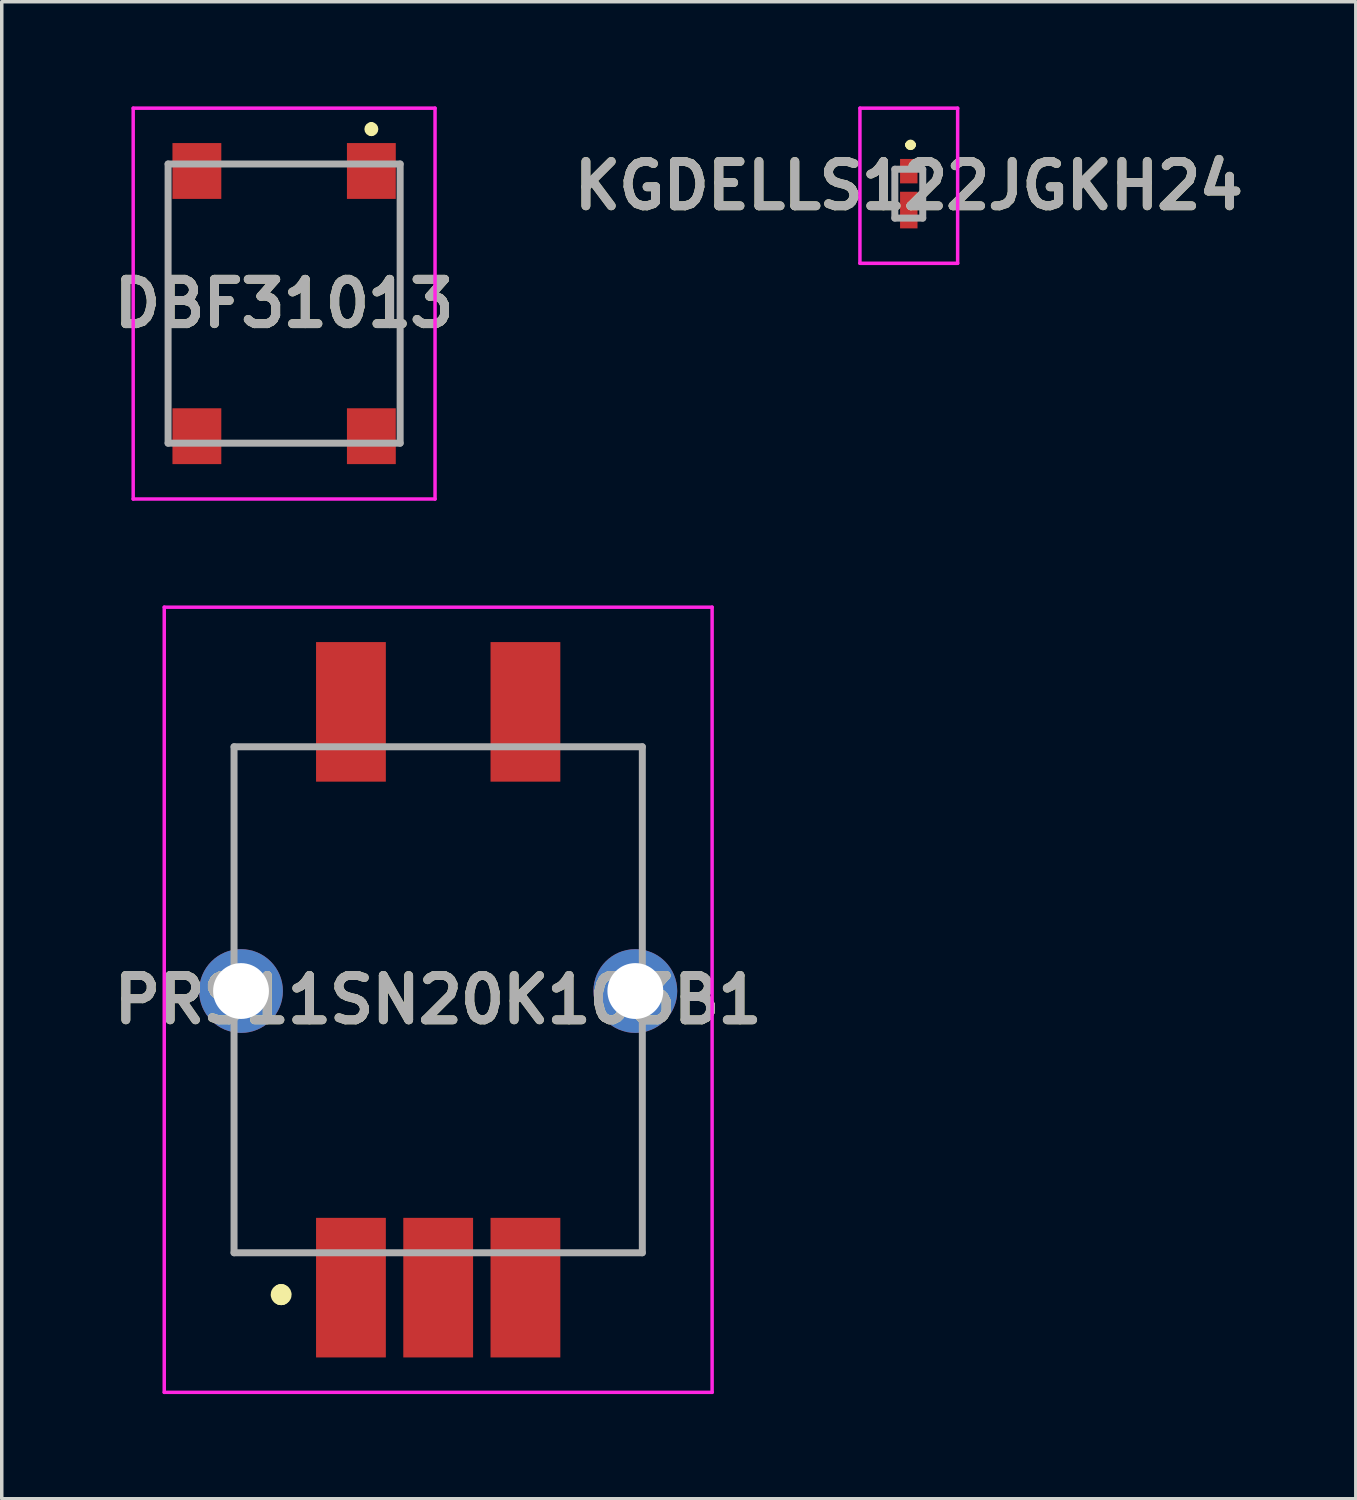
<source format=kicad_pcb>
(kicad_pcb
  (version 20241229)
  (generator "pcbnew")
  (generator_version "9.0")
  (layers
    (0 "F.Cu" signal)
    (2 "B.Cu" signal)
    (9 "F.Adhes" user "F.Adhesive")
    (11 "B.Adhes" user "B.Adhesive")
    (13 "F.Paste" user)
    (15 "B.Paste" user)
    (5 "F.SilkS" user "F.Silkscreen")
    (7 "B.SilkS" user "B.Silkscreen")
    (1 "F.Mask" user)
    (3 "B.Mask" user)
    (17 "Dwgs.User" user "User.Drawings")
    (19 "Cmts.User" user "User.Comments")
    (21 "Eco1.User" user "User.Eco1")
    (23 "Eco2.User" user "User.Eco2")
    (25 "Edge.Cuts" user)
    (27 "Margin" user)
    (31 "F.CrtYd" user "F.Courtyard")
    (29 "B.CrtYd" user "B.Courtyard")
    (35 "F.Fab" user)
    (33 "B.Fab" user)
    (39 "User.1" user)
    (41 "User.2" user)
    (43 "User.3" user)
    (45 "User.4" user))
  (footprint "DBF31013"
    (layer "F.Cu")
    (at 5.092 5.65)
    (property "Reference" "DBF31013" (at 0 0 0) (layer "F.SilkS") (effects (font (size 1.27 1.27) (thickness 0.254))))
    (attr smd)
    (fp_line (start -3.325 2.5) (end -3.325 -2.5) (stroke (width 0.1) (type solid)) (layer "F.SilkS"))
    (fp_line (start -1.5 -4) (end 1.5 -4) (stroke (width 0.1) (type solid)) (layer "F.SilkS"))
    (fp_line (start -1.5 4) (end 1.5 4) (stroke (width 0.1) (type solid)) (layer "F.SilkS"))
    (fp_line (start 2.5 -5.1) (end 2.5 -5.1) (stroke (width 0.2) (type solid)) (layer "F.SilkS"))
    (fp_line (start 2.5 -4.9) (end 2.5 -4.9) (stroke (width 0.2) (type solid)) (layer "F.SilkS"))
    (fp_line (start 3.325 2.5) (end 3.325 -2.5) (stroke (width 0.1) (type solid)) (layer "F.SilkS"))
    (fp_arc (start 2.5 -5.1) (mid 2.6 -5) (end 2.5 -4.9) (stroke (width 0.2) (type solid)) (layer "F.SilkS"))
    (fp_arc (start 2.5 -4.9) (mid 2.4 -5) (end 2.5 -5.1) (stroke (width 0.2) (type solid)) (layer "F.SilkS"))
    (fp_line (start -4.325 -5.6) (end 4.325 -5.6) (stroke (width 0.1) (type solid)) (layer "F.CrtYd"))
    (fp_line (start -4.325 5.6) (end -4.325 -5.6) (stroke (width 0.1) (type solid)) (layer "F.CrtYd"))
    (fp_line (start 4.325 -5.6) (end 4.325 5.6) (stroke (width 0.1) (type solid)) (layer "F.CrtYd"))
    (fp_line (start 4.325 5.6) (end -4.325 5.6) (stroke (width 0.1) (type solid)) (layer "F.CrtYd"))
    (fp_line (start -3.325 -4) (end 3.325 -4) (stroke (width 0.2) (type solid)) (layer "F.Fab"))
    (fp_line (start -3.325 4) (end -3.325 -4) (stroke (width 0.2) (type solid)) (layer "F.Fab"))
    (fp_line (start 3.325 -4) (end 3.325 4) (stroke (width 0.2) (type solid)) (layer "F.Fab"))
    (fp_line (start 3.325 4) (end -3.325 4) (stroke (width 0.2) (type solid)) (layer "F.Fab"))
    (fp_text user "${REFERENCE}" (at 0 0 0) (layer "F.Fab") (effects (font (size 1.27 1.27) (thickness 0.254))))
    (pad "1" smd rect (at 2.5 -3.8) (size 1.4 1.6) (layers "F.Cu" "F.Mask" "F.Paste"))
    (pad "2" smd rect (at 2.5 3.8) (size 1.4 1.6) (layers "F.Cu" "F.Mask" "F.Paste"))
    (pad "3" smd rect (at -2.5 3.8) (size 1.4 1.6) (layers "F.Cu" "F.Mask" "F.Paste"))
    (pad "4" smd rect (at -2.5 -3.8) (size 1.4 1.6) (layers "F.Cu" "F.Mask" "F.Paste")))
  (footprint "PRS11SN20K103B1"
    (layer "F.Cu")
    (at 9.507 25.6)
    (property "Reference" "PRS11SN20K103B1" (at 0 0 0) (layer "F.SilkS") (effects (font (size 1.27 1.27) (thickness 0.254))))
    (attr through_hole)
    (fp_line (start -5.85 -7.25) (end -5.85 -1.75) (stroke (width 0.1) (type solid)) (layer "F.SilkS"))
    (fp_line (start -5.85 1.25) (end -5.85 7.25) (stroke (width 0.1) (type solid)) (layer "F.SilkS"))
    (fp_line (start -5.85 7.25) (end -3.85 7.25) (stroke (width 0.1) (type solid)) (layer "F.SilkS"))
    (fp_line (start -4.5 8.4) (end -4.5 8.4) (stroke (width 0.5) (type solid)) (layer "F.SilkS"))
    (fp_line (start -4.5 8.5) (end -4.5 8.5) (stroke (width 0.5) (type solid)) (layer "F.SilkS"))
    (fp_line (start -3.85 -7.25) (end -5.85 -7.25) (stroke (width 0.1) (type solid)) (layer "F.SilkS"))
    (fp_line (start -0.85 -7.25) (end 1.15 -7.25) (stroke (width 0.1) (type solid)) (layer "F.SilkS"))
    (fp_line (start 4.15 -7.25) (end 5.65 -7.25) (stroke (width 0.1) (type solid)) (layer "F.SilkS"))
    (fp_line (start 5.65 -7.25) (end 5.85 -7.25) (stroke (width 0.1) (type solid)) (layer "F.SilkS"))
    (fp_line (start 5.85 -7.25) (end 5.85 -1.75) (stroke (width 0.1) (type solid)) (layer "F.SilkS"))
    (fp_line (start 5.85 1.25) (end 5.85 7.25) (stroke (width 0.1) (type solid)) (layer "F.SilkS"))
    (fp_line (start 5.85 7.25) (end 4.15 7.25) (stroke (width 0.1) (type solid)) (layer "F.SilkS"))
    (fp_arc (start -4.5 8.4) (mid -4.45 8.45) (end -4.5 8.5) (stroke (width 0.5) (type solid)) (layer "F.SilkS"))
    (fp_arc (start -4.5 8.5) (mid -4.55 8.45) (end -4.5 8.4) (stroke (width 0.5) (type solid)) (layer "F.SilkS"))
    (fp_line (start -7.85 -11.25) (end 7.85 -11.25) (stroke (width 0.1) (type solid)) (layer "F.CrtYd"))
    (fp_line (start -7.85 11.25) (end -7.85 -11.25) (stroke (width 0.1) (type solid)) (layer "F.CrtYd"))
    (fp_line (start 7.85 -11.25) (end 7.85 11.25) (stroke (width 0.1) (type solid)) (layer "F.CrtYd"))
    (fp_line (start 7.85 11.25) (end -7.85 11.25) (stroke (width 0.1) (type solid)) (layer "F.CrtYd"))
    (fp_line (start -5.85 -7.25) (end 5.85 -7.25) (stroke (width 0.2) (type solid)) (layer "F.Fab"))
    (fp_line (start -5.85 7.25) (end -5.85 -7.25) (stroke (width 0.2) (type solid)) (layer "F.Fab"))
    (fp_line (start 5.85 -7.25) (end 5.85 7.25) (stroke (width 0.2) (type solid)) (layer "F.Fab"))
    (fp_line (start 5.85 7.25) (end -5.85 7.25) (stroke (width 0.2) (type solid)) (layer "F.Fab"))
    (fp_text user "${REFERENCE}" (at 0 0 0) (layer "F.Fab") (effects (font (size 1.27 1.27) (thickness 0.254))))
    (pad "1" smd rect (at -2.5 8.25) (size 2 4) (layers "F.Cu" "F.Mask" "F.Paste"))
    (pad "2" smd rect (at 0 8.25) (size 2 4) (layers "F.Cu" "F.Mask" "F.Paste"))
    (pad "3" smd rect (at 2.5 8.25) (size 2 4) (layers "F.Cu" "F.Mask" "F.Paste"))
    (pad "4" smd rect (at -2.5 -8.25) (size 2 4) (layers "F.Cu" "F.Mask" "F.Paste"))
    (pad "5" smd rect (at 2.5 -8.25) (size 2 4) (layers "F.Cu" "F.Mask" "F.Paste"))
    (pad "MH1" thru_hole circle (at -5.65 -0.25) (size 2.4 2.4) (drill 1.6) (layers "*.Cu" "*.Mask"))
    (pad "MH2" thru_hole circle (at 5.65 -0.25) (size 2.4 2.4) (drill 1.6) (layers "*.Cu" "*.Mask")))
  (footprint "KGDELLS122JGKH24"
    (layer "F.Cu")
    (at 22.993 2.5)
    (property "Reference" "KGDELLS122JGKH24" (at 0 -0.227 0) (layer "F.SilkS") (effects (font (size 1.27 1.27) (thickness 0.254))))
    (attr smd)
    (fp_line (start 0 -1.4) (end 0 -1.4) (stroke (width 0.2) (type solid)) (layer "F.SilkS"))
    (fp_line (start 0 -1.4) (end 0 -1.4) (stroke (width 0.2) (type solid)) (layer "F.SilkS"))
    (fp_line (start 0.1 -1.4) (end 0.1 -1.4) (stroke (width 0.2) (type solid)) (layer "F.SilkS"))
    (fp_arc (start 0 -1.4) (mid 0.05 -1.45) (end 0.1 -1.4) (stroke (width 0.2) (type solid)) (layer "F.SilkS"))
    (fp_arc (start 0.1 -1.4) (mid 0.05 -1.35) (end 0 -1.4) (stroke (width 0.2) (type solid)) (layer "F.SilkS"))
    (fp_arc (start 0.1 -1.4) (mid 0.05 -1.35) (end 0 -1.4) (stroke (width 0.2) (type solid)) (layer "F.SilkS"))
    (fp_line (start -1.4 -2.45) (end 1.4 -2.45) (stroke (width 0.1) (type solid)) (layer "F.CrtYd"))
    (fp_line (start -1.4 1.995) (end -1.4 -2.45) (stroke (width 0.1) (type solid)) (layer "F.CrtYd"))
    (fp_line (start 1.4 -2.45) (end 1.4 1.995) (stroke (width 0.1) (type solid)) (layer "F.CrtYd"))
    (fp_line (start 1.4 1.995) (end -1.4 1.995) (stroke (width 0.1) (type solid)) (layer "F.CrtYd"))
    (fp_line (start -0.4 -0.7) (end -0.4 0.7) (stroke (width 0.2) (type solid)) (layer "F.Fab"))
    (fp_line (start -0.4 0.7) (end 0.4 0.7) (stroke (width 0.2) (type solid)) (layer "F.Fab"))
    (fp_line (start 0.4 -0.7) (end -0.4 -0.7) (stroke (width 0.2) (type solid)) (layer "F.Fab"))
    (fp_line (start 0.4 0.7) (end 0.4 -0.7) (stroke (width 0.2) (type solid)) (layer "F.Fab"))
    (fp_text user "${REFERENCE}" (at 0 -0.227 0) (layer "F.Fab") (effects (font (size 1.27 1.27) (thickness 0.254))))
    (pad "1" smd rect (at 0 -0.645) (size 0.5 0.7) (layers "F.Cu" "F.Mask" "F.Paste"))
    (pad "2" smd rect (at 0 0.47) (size 0.5 1.05) (layers "F.Cu" "F.Mask" "F.Paste")))
  (gr_rect
    (start -3 -3)
    (end 35.803 39.9)
    (stroke (width 0.1) (type default))
    (fill no)
    (layer "Edge.Cuts")))
</source>
